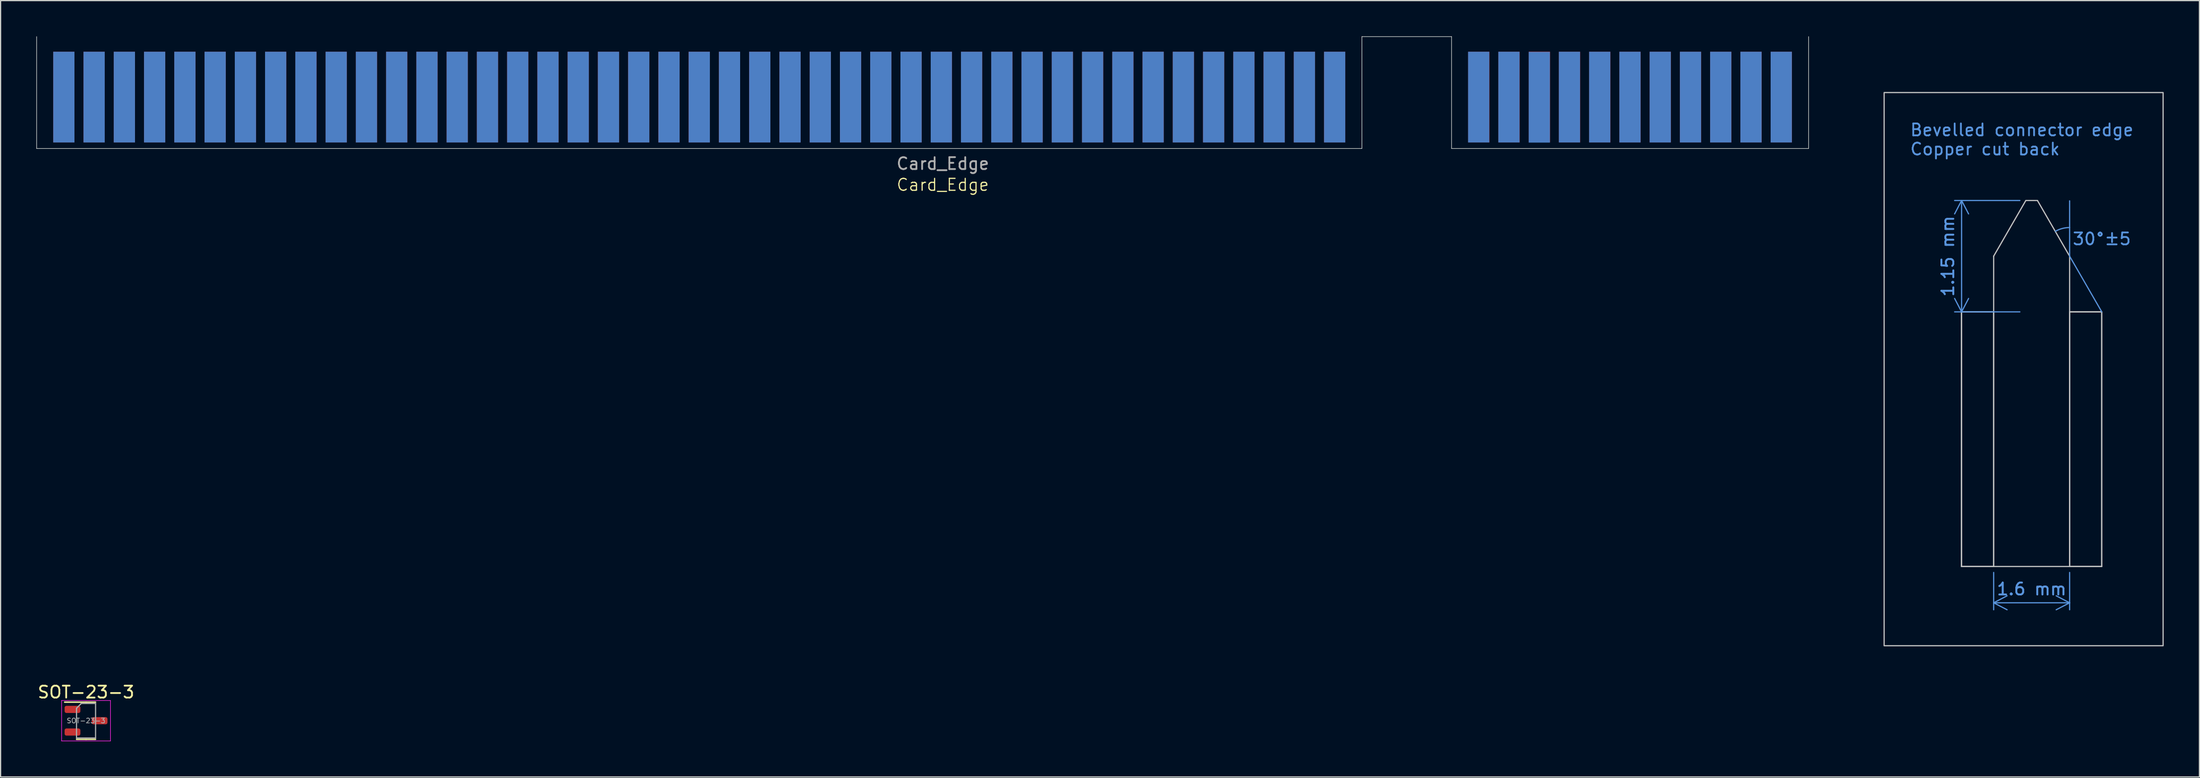
<source format=kicad_pcb>
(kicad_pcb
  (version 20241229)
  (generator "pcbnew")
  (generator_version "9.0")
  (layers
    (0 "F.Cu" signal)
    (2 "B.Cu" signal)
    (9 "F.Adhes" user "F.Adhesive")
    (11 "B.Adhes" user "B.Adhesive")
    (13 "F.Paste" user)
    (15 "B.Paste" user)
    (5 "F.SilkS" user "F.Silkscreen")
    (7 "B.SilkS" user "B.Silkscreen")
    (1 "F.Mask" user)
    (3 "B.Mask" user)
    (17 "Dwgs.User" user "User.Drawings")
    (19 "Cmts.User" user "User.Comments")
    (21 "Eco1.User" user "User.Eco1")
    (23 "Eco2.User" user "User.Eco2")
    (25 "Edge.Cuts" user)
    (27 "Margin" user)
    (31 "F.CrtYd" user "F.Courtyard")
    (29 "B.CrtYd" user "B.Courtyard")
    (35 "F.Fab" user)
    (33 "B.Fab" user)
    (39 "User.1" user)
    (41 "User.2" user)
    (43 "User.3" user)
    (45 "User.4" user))
  (footprint "SOT-23-3"
    (layer "F.Cu")
    (at 4.173 57.479)
    (property "Reference" "SOT-23-3" (at 0 -2.4 0) (layer "F.SilkS") (effects (font (size 1 1) (thickness 0.15))))
    (attr smd)
    (fp_line (start 0 -1.56) (end -1.8 -1.56) (stroke (width 0.12) (type solid)) (layer "F.SilkS"))
    (fp_line (start 0 -1.56) (end 0.8 -1.56) (stroke (width 0.12) (type solid)) (layer "F.SilkS"))
    (fp_line (start 0 1.56) (end -0.8 1.56) (stroke (width 0.12) (type solid)) (layer "F.SilkS"))
    (fp_line (start 0 1.56) (end 0.8 1.56) (stroke (width 0.12) (type solid)) (layer "F.SilkS"))
    (fp_line (start -2.05 -1.7) (end -2.05 1.7) (stroke (width 0.05) (type solid)) (layer "F.CrtYd"))
    (fp_line (start -2.05 1.7) (end 2.05 1.7) (stroke (width 0.05) (type solid)) (layer "F.CrtYd"))
    (fp_line (start 2.05 -1.7) (end -2.05 -1.7) (stroke (width 0.05) (type solid)) (layer "F.CrtYd"))
    (fp_line (start 2.05 1.7) (end 2.05 -1.7) (stroke (width 0.05) (type solid)) (layer "F.CrtYd"))
    (fp_line (start -0.8 -1.05) (end -0.4 -1.45) (stroke (width 0.1) (type solid)) (layer "F.Fab"))
    (fp_line (start -0.8 1.45) (end -0.8 -1.05) (stroke (width 0.1) (type solid)) (layer "F.Fab"))
    (fp_line (start -0.4 -1.45) (end 0.8 -1.45) (stroke (width 0.1) (type solid)) (layer "F.Fab"))
    (fp_line (start 0.8 -1.45) (end 0.8 1.45) (stroke (width 0.1) (type solid)) (layer "F.Fab"))
    (fp_line (start 0.8 1.45) (end -0.8 1.45) (stroke (width 0.1) (type solid)) (layer "F.Fab"))
    (fp_text user "${REFERENCE}" (at 0 0 0) (layer "F.Fab") (effects (font (size 0.4 0.4) (thickness 0.06))))
    (pad "1" smd roundrect (at -1.137 -0.95) (size 1.325 0.6) (layers "F.Cu" "F.Mask" "F.Paste") (roundrect_rratio 0.25))
    (pad "2" smd roundrect (at -1.137 0.95) (size 1.325 0.6) (layers "F.Cu" "F.Mask" "F.Paste") (roundrect_rratio 0.25))
    (pad "3" smd roundrect (at 1.137 0) (size 1.325 0.6) (layers "F.Cu" "F.Mask" "F.Paste") (roundrect_rratio 0.25)))
  (footprint "Card_Edge"
    (layer "F.Cu")
    (at 76.098 7.899)
    (property "Reference" "Card_Edge" (at 0 4.572 0) (unlocked yes) (layer "F.SilkS") (effects (font (size 1 1) (thickness 0.1))))
    (attr smd)
    (fp_line (start 85.514 15.243) (end 88.214 15.243) (stroke (width 0.1) (type default)) (layer "Dwgs.User"))
    (fp_line (start 85.514 36.627) (end 85.514 15.243) (stroke (width 0.1) (type default)) (layer "Dwgs.User"))
    (fp_line (start 85.514 36.627) (end 88.214 36.627) (stroke (width 0.1) (type default)) (layer "Dwgs.User"))
    (fp_line (start 88.214 10.566) (end 88.214 36.627) (stroke (width 0.1) (type default)) (layer "Dwgs.User"))
    (fp_line (start 88.214 10.566) (end 90.914 5.89) (stroke (width 0.1) (type default)) (layer "Dwgs.User"))
    (fp_line (start 88.214 36.627) (end 94.59 36.627) (stroke (width 0.1) (type default)) (layer "Dwgs.User"))
    (fp_line (start 90.914 5.89) (end 91.89 5.89) (stroke (width 0.1) (type default)) (layer "Dwgs.User"))
    (fp_line (start 94.59 10.566) (end 91.89 5.89) (stroke (width 0.1) (type default)) (layer "Dwgs.User"))
    (fp_line (start 94.59 36.627) (end 94.59 10.566) (stroke (width 0.1) (type default)) (layer "Dwgs.User"))
    (fp_line (start 97.29 15.243) (end 94.59 15.243) (stroke (width 0.1) (type default)) (layer "Dwgs.User"))
    (fp_line (start 97.29 15.243) (end 97.29 36.627) (stroke (width 0.1) (type default)) (layer "Dwgs.User"))
    (fp_line (start 97.29 36.627) (end 94.59 36.627) (stroke (width 0.1) (type default)) (layer "Dwgs.User"))
    (fp_rect (start 79.019 -3.175) (end 102.438 43.282) (stroke (width 0.1) (type default)) (fill no) (layer "Dwgs.User"))
    (fp_rect (start 85.514 15.243) (end 88.204 36.627) (stroke (width 0.1) (type default)) (fill no) (layer "Dwgs.User"))
    (fp_rect (start 94.59 15.243) (end 97.279 36.627) (stroke (width 0.1) (type default)) (fill no) (layer "Dwgs.User"))
    (fp_line (start 94.59 10.566) (end 94.59 5.918) (stroke (width 0.1) (type default)) (layer "Cmts.User"))
    (fp_line (start 97.29 15.243) (end 94.59 10.566) (stroke (width 0.1) (type default)) (layer "Cmts.User"))
    (fp_arc (start 93.387011 8.482216) (mid 93.967116 8.24206) (end 94.5896 8.160149) (stroke (width 0.1) (type default)) (layer "Cmts.User"))
    (fp_line (start -76.073 -7.874) (end -76.073 1.524) (stroke (width 0.05) (type default)) (layer "Edge.Cuts"))
    (fp_line (start -76.073 1.524) (end 35.179 1.524) (stroke (width 0.05) (type default)) (layer "Edge.Cuts"))
    (fp_line (start 35.179 -7.874) (end 42.707 -7.874) (stroke (width 0.05) (type default)) (layer "Edge.Cuts"))
    (fp_line (start 35.179 1.524) (end 35.179 -7.874) (stroke (width 0.05) (type default)) (layer "Edge.Cuts"))
    (fp_line (start 42.707 -7.874) (end 42.707 1.524) (stroke (width 0.05) (type solid)) (layer "Edge.Cuts"))
    (fp_line (start 42.707 1.524) (end 72.679 1.524) (stroke (width 0.05) (type default)) (layer "Edge.Cuts"))
    (fp_line (start 72.679 1.524) (end 72.679 -7.874) (stroke (width 0.05) (type solid)) (layer "Edge.Cuts"))
    (fp_text user "30°±5" (at 94.767 9.703 0) (unlocked yes) (layer "Cmts.User") (effects (font (size 1 1) (thickness 0.15)) (justify left bottom)))
    (fp_text user "Bevelled connector edge\nCopper cut back" (at 81.128 2.159 0) (unlocked yes) (layer "Cmts.User") (effects (font (size 1 1) (thickness 0.15)) (justify left bottom)))
    (fp_text user "${REFERENCE}" (at 0 2.794 0) (unlocked yes) (layer "F.Fab") (effects (font (size 1 1) (thickness 0.15))))
    (dimension (type aligned) (layer "Cmts.User") (pts (xy 164.312 44.526) (xy 170.688 44.526)) (height 3.048) (format (prefix "") (suffix "") (units 3) (units_format 1) (precision 4) (override_value "1.6")) (style (thickness 0.1) (arrow_length 1.27) (text_position_mode 0) (arrow_direction outward) (extension_height 0.586) (extension_offset 0.5) (keep_text_aligned yes)) (gr_text "1.6 mm" (at 167.5 46.424 0) (layer "Cmts.User") (effects (font (size 1 1) (thickness 0.15)))))
    (dimension (type aligned) (layer "Cmts.User") (pts (xy 167.012 23.142) (xy 167.012 13.789)) (height -5.392) (format (prefix "") (suffix "") (units 3) (units_format 1) (precision 4) (override_value "1.15")) (style (thickness 0.1) (arrow_length 1.27) (text_position_mode 0) (arrow_direction outward) (extension_height 0.586) (extension_offset 0.5) (keep_text_aligned yes)) (gr_text "1.15 mm" (at 160.47 18.465 90) (layer "Cmts.User") (effects (font (size 1 1) (thickness 0.15)))))
    (pad "a1" connect rect (at -73.787 -2.794) (size 1.78 7.62) (layers "F.Cu" "F.Mask"))
    (pad "a2" connect rect (at -71.247 -2.794) (size 1.78 7.62) (layers "F.Cu" "F.Mask"))
    (pad "a3" connect rect (at -68.707 -2.794) (size 1.78 7.62) (layers "F.Cu" "F.Mask"))
    (pad "a4" connect rect (at -66.167 -2.794) (size 1.78 7.62) (layers "F.Cu" "F.Mask"))
    (pad "a5" connect rect (at -63.627 -2.794) (size 1.78 7.62) (layers "F.Cu" "F.Mask"))
    (pad "a6" connect rect (at -61.087 -2.794) (size 1.78 7.62) (layers "F.Cu" "F.Mask"))
    (pad "a7" connect rect (at -58.547 -2.794) (size 1.78 7.62) (layers "F.Cu" "F.Mask"))
    (pad "a8" connect rect (at -56.007 -2.794) (size 1.78 7.62) (layers "F.Cu" "F.Mask"))
    (pad "a9" connect rect (at -53.467 -2.794) (size 1.78 7.62) (layers "F.Cu" "F.Mask"))
    (pad "a10" connect rect (at -50.927 -2.794) (size 1.78 7.62) (layers "F.Cu" "F.Mask"))
    (pad "a11" connect rect (at -48.387 -2.794) (size 1.78 7.62) (layers "F.Cu" "F.Mask"))
    (pad "a12" connect rect (at -45.847 -2.794) (size 1.78 7.62) (layers "F.Cu" "F.Mask"))
    (pad "a13" connect rect (at -43.307 -2.794) (size 1.78 7.62) (layers "F.Cu" "F.Mask"))
    (pad "a14" connect rect (at -40.767 -2.794) (size 1.78 7.62) (layers "F.Cu" "F.Mask"))
    (pad "a15" connect rect (at -38.227 -2.794) (size 1.78 7.62) (layers "F.Cu" "F.Mask"))
    (pad "a16" connect rect (at -35.687 -2.794) (size 1.78 7.62) (layers "F.Cu" "F.Mask"))
    (pad "a17" connect rect (at -33.147 -2.794) (size 1.78 7.62) (layers "F.Cu" "F.Mask"))
    (pad "a18" connect rect (at -30.607 -2.794) (size 1.78 7.62) (layers "F.Cu" "F.Mask"))
    (pad "a19" connect rect (at -28.067 -2.794) (size 1.78 7.62) (layers "F.Cu" "F.Mask"))
    (pad "a20" connect rect (at -25.527 -2.794) (size 1.78 7.62) (layers "F.Cu" "F.Mask"))
    (pad "a21" connect rect (at -22.987 -2.794) (size 1.78 7.62) (layers "F.Cu" "F.Mask"))
    (pad "a22" connect rect (at -20.447 -2.794) (size 1.78 7.62) (layers "F.Cu" "F.Mask"))
    (pad "a23" connect rect (at -17.907 -2.794) (size 1.78 7.62) (layers "F.Cu" "F.Mask"))
    (pad "a24" connect rect (at -15.367 -2.794) (size 1.78 7.62) (layers "F.Cu" "F.Mask"))
    (pad "a25" connect rect (at -12.827 -2.794) (size 1.78 7.62) (layers "F.Cu" "F.Mask"))
    (pad "a26" connect rect (at -10.287 -2.794) (size 1.78 7.62) (layers "F.Cu" "F.Mask"))
    (pad "a27" connect rect (at -7.747 -2.794) (size 1.78 7.62) (layers "F.Cu" "F.Mask"))
    (pad "a28" connect rect (at -5.207 -2.794) (size 1.78 7.62) (layers "F.Cu" "F.Mask"))
    (pad "a29" connect rect (at -2.667 -2.794) (size 1.78 7.62) (layers "F.Cu" "F.Mask"))
    (pad "a30" connect rect (at -0.127 -2.794) (size 1.78 7.62) (layers "F.Cu" "F.Mask"))
    (pad "a31" connect rect (at 2.413 -2.794) (size 1.78 7.62) (layers "F.Cu" "F.Mask"))
    (pad "a32" connect rect (at 4.953 -2.794) (size 1.78 7.62) (layers "F.Cu" "F.Mask"))
    (pad "a33" connect rect (at 7.493 -2.794) (size 1.78 7.62) (layers "F.Cu" "F.Mask"))
    (pad "a34" connect rect (at 10.033 -2.794) (size 1.78 7.62) (layers "F.Cu" "F.Mask"))
    (pad "a35" connect rect (at 12.573 -2.794) (size 1.78 7.62) (layers "F.Cu" "F.Mask"))
    (pad "a36" connect rect (at 15.113 -2.794) (size 1.78 7.62) (layers "F.Cu" "F.Mask"))
    (pad "a37" connect rect (at 17.653 -2.794) (size 1.78 7.62) (layers "F.Cu" "F.Mask"))
    (pad "a38" connect rect (at 20.193 -2.794) (size 1.78 7.62) (layers "F.Cu" "F.Mask"))
    (pad "a39" connect rect (at 22.733 -2.794) (size 1.78 7.62) (layers "F.Cu" "F.Mask"))
    (pad "a40" connect rect (at 25.273 -2.794) (size 1.78 7.62) (layers "F.Cu" "F.Mask"))
    (pad "a41" connect rect (at 27.813 -2.794) (size 1.78 7.62) (layers "F.Cu" "F.Mask"))
    (pad "a42" connect rect (at 30.353 -2.794) (size 1.78 7.62) (layers "F.Cu" "F.Mask"))
    (pad "a43" connect rect (at 32.893 -2.794) (size 1.78 7.62) (layers "F.Cu" "F.Mask"))
    (pad "b1" connect rect (at -73.787 -2.794) (size 1.78 7.62) (layers "B.Cu" "B.Mask"))
    (pad "b2" connect rect (at -71.247 -2.794) (size 1.78 7.62) (layers "B.Cu" "B.Mask"))
    (pad "b3" connect rect (at -68.707 -2.794) (size 1.78 7.62) (layers "B.Cu" "B.Mask"))
    (pad "b4" connect rect (at -66.167 -2.794) (size 1.78 7.62) (layers "B.Cu" "B.Mask"))
    (pad "b5" connect rect (at -63.627 -2.794) (size 1.78 7.62) (layers "B.Cu" "B.Mask"))
    (pad "b6" connect rect (at -61.087 -2.794) (size 1.78 7.62) (layers "B.Cu" "B.Mask"))
    (pad "b7" connect rect (at -58.547 -2.794) (size 1.78 7.62) (layers "B.Cu" "B.Mask"))
    (pad "b8" connect rect (at -56.007 -2.794) (size 1.78 7.62) (layers "B.Cu" "B.Mask"))
    (pad "b9" connect rect (at -53.467 -2.794) (size 1.78 7.62) (layers "B.Cu" "B.Mask"))
    (pad "b10" connect rect (at -50.927 -2.794) (size 1.78 7.62) (layers "B.Cu" "B.Mask"))
    (pad "b11" connect rect (at -48.387 -2.794) (size 1.78 7.62) (layers "B.Cu" "B.Mask"))
    (pad "b12" connect rect (at -45.847 -2.794) (size 1.78 7.62) (layers "B.Cu" "B.Mask"))
    (pad "b13" connect rect (at -43.307 -2.794) (size 1.78 7.62) (layers "B.Cu" "B.Mask"))
    (pad "b14" connect rect (at -40.767 -2.794) (size 1.78 7.62) (layers "B.Cu" "B.Mask"))
    (pad "b15" connect rect (at -38.227 -2.794) (size 1.78 7.62) (layers "B.Cu" "B.Mask"))
    (pad "b16" connect rect (at -35.687 -2.794) (size 1.78 7.62) (layers "B.Cu" "B.Mask"))
    (pad "b17" connect rect (at -33.147 -2.794) (size 1.78 7.62) (layers "B.Cu" "B.Mask"))
    (pad "b18" connect rect (at -30.607 -2.794) (size 1.78 7.62) (layers "B.Cu" "B.Mask"))
    (pad "b19" connect rect (at -28.067 -2.794) (size 1.78 7.62) (layers "B.Cu" "B.Mask"))
    (pad "b20" connect rect (at -25.527 -2.794) (size 1.78 7.62) (layers "B.Cu" "B.Mask"))
    (pad "b21" connect rect (at -22.987 -2.794) (size 1.78 7.62) (layers "B.Cu" "B.Mask"))
    (pad "b22" connect rect (at -20.447 -2.794) (size 1.78 7.62) (layers "B.Cu" "B.Mask"))
    (pad "b23" connect rect (at -17.907 -2.794) (size 1.78 7.62) (layers "B.Cu" "B.Mask"))
    (pad "b24" connect rect (at -15.367 -2.794) (size 1.78 7.62) (layers "B.Cu" "B.Mask"))
    (pad "b25" connect rect (at -12.827 -2.794) (size 1.78 7.62) (layers "B.Cu" "B.Mask"))
    (pad "b26" connect rect (at -10.287 -2.794) (size 1.78 7.62) (layers "B.Cu" "B.Mask"))
    (pad "b27" connect rect (at -7.747 -2.794) (size 1.78 7.62) (layers "B.Cu" "B.Mask"))
    (pad "b28" connect rect (at -5.207 -2.794) (size 1.78 7.62) (layers "B.Cu" "B.Mask"))
    (pad "b29" connect rect (at -2.667 -2.794) (size 1.78 7.62) (layers "B.Cu" "B.Mask"))
    (pad "b30" connect rect (at -0.127 -2.794) (size 1.78 7.62) (layers "B.Cu" "B.Mask"))
    (pad "b31" connect rect (at 2.413 -2.794) (size 1.78 7.62) (layers "B.Cu" "B.Mask"))
    (pad "b32" connect rect (at 4.953 -2.794) (size 1.78 7.62) (layers "B.Cu" "B.Mask"))
    (pad "b33" connect rect (at 7.493 -2.794) (size 1.78 7.62) (layers "B.Cu" "B.Mask"))
    (pad "b34" connect rect (at 10.033 -2.794) (size 1.78 7.62) (layers "B.Cu" "B.Mask"))
    (pad "b35" connect rect (at 12.573 -2.794) (size 1.78 7.62) (layers "B.Cu" "B.Mask"))
    (pad "b36" connect rect (at 15.113 -2.794) (size 1.78 7.62) (layers "B.Cu" "B.Mask"))
    (pad "b37" connect rect (at 17.653 -2.794) (size 1.78 7.62) (layers "B.Cu" "B.Mask"))
    (pad "b38" connect rect (at 20.193 -2.794) (size 1.78 7.62) (layers "B.Cu" "B.Mask"))
    (pad "b39" connect rect (at 22.733 -2.794) (size 1.78 7.62) (layers "B.Cu" "B.Mask"))
    (pad "b40" connect rect (at 25.273 -2.794) (size 1.78 7.62) (layers "B.Cu" "B.Mask"))
    (pad "b41" connect rect (at 27.813 -2.794) (size 1.78 7.62) (layers "B.Cu" "B.Mask"))
    (pad "b42" connect rect (at 30.353 -2.794) (size 1.78 7.62) (layers "B.Cu" "B.Mask"))
    (pad "b43" connect rect (at 32.893 -2.794) (size 1.78 7.62) (layers "B.Cu" "B.Mask"))
    (pad "c1" connect rect (at 44.993 -2.794) (size 1.78 7.62) (layers "F.Cu" "F.Mask"))
    (pad "c2" connect rect (at 47.533 -2.794) (size 1.78 7.62) (layers "F.Cu" "F.Mask"))
    (pad "c3" connect rect (at 50.081 -2.805) (size 1.78 7.62) (layers "F.Cu" "F.Mask"))
    (pad "c4" connect rect (at 52.613 -2.794) (size 1.78 7.62) (layers "F.Cu" "F.Mask"))
    (pad "c5" connect rect (at 55.153 -2.794) (size 1.78 7.62) (layers "F.Cu" "F.Mask"))
    (pad "c6" connect rect (at 57.693 -2.794) (size 1.78 7.62) (layers "F.Cu" "F.Mask"))
    (pad "c7" connect rect (at 60.233 -2.794) (size 1.78 7.62) (layers "F.Cu" "F.Mask"))
    (pad "c8" connect rect (at 62.773 -2.794) (size 1.78 7.62) (layers "F.Cu" "F.Mask"))
    (pad "c9" connect rect (at 65.313 -2.794) (size 1.78 7.62) (layers "F.Cu" "F.Mask"))
    (pad "c10" connect rect (at 67.853 -2.794) (size 1.78 7.62) (layers "F.Cu" "F.Mask"))
    (pad "c11" connect rect (at 70.393 -2.794) (size 1.78 7.62) (layers "F.Cu" "F.Mask"))
    (pad "d1" connect rect (at 44.983 -2.794) (size 1.78 7.62) (layers "B.Cu" "B.Mask"))
    (pad "d2" connect rect (at 47.523 -2.794) (size 1.78 7.62) (layers "B.Cu" "B.Mask"))
    (pad "d3" connect rect (at 50.072 -2.783) (size 1.78 7.62) (layers "B.Cu" "B.Mask"))
    (pad "d4" connect rect (at 52.603 -2.794) (size 1.78 7.62) (layers "B.Cu" "B.Mask"))
    (pad "d5" connect rect (at 55.143 -2.794) (size 1.78 7.62) (layers "B.Cu" "B.Mask"))
    (pad "d6" connect rect (at 57.683 -2.794) (size 1.78 7.62) (layers "B.Cu" "B.Mask"))
    (pad "d7" connect rect (at 60.223 -2.794) (size 1.78 7.62) (layers "B.Cu" "B.Mask"))
    (pad "d8" connect rect (at 62.763 -2.794) (size 1.78 7.62) (layers "B.Cu" "B.Mask"))
    (pad "d9" connect rect (at 65.303 -2.794) (size 1.78 7.62) (layers "B.Cu" "B.Mask"))
    (pad "d10" connect rect (at 67.843 -2.794) (size 1.78 7.62) (layers "B.Cu" "B.Mask"))
    (pad "d11" connect rect (at 70.383 -2.794) (size 1.78 7.62) (layers "B.Cu" "B.Mask")))
  (gr_rect
    (start -3 -3)
    (end 181.586 62.204)
    (stroke (width 0.1) (type default))
    (fill no)
    (layer "Edge.Cuts")))
</source>
